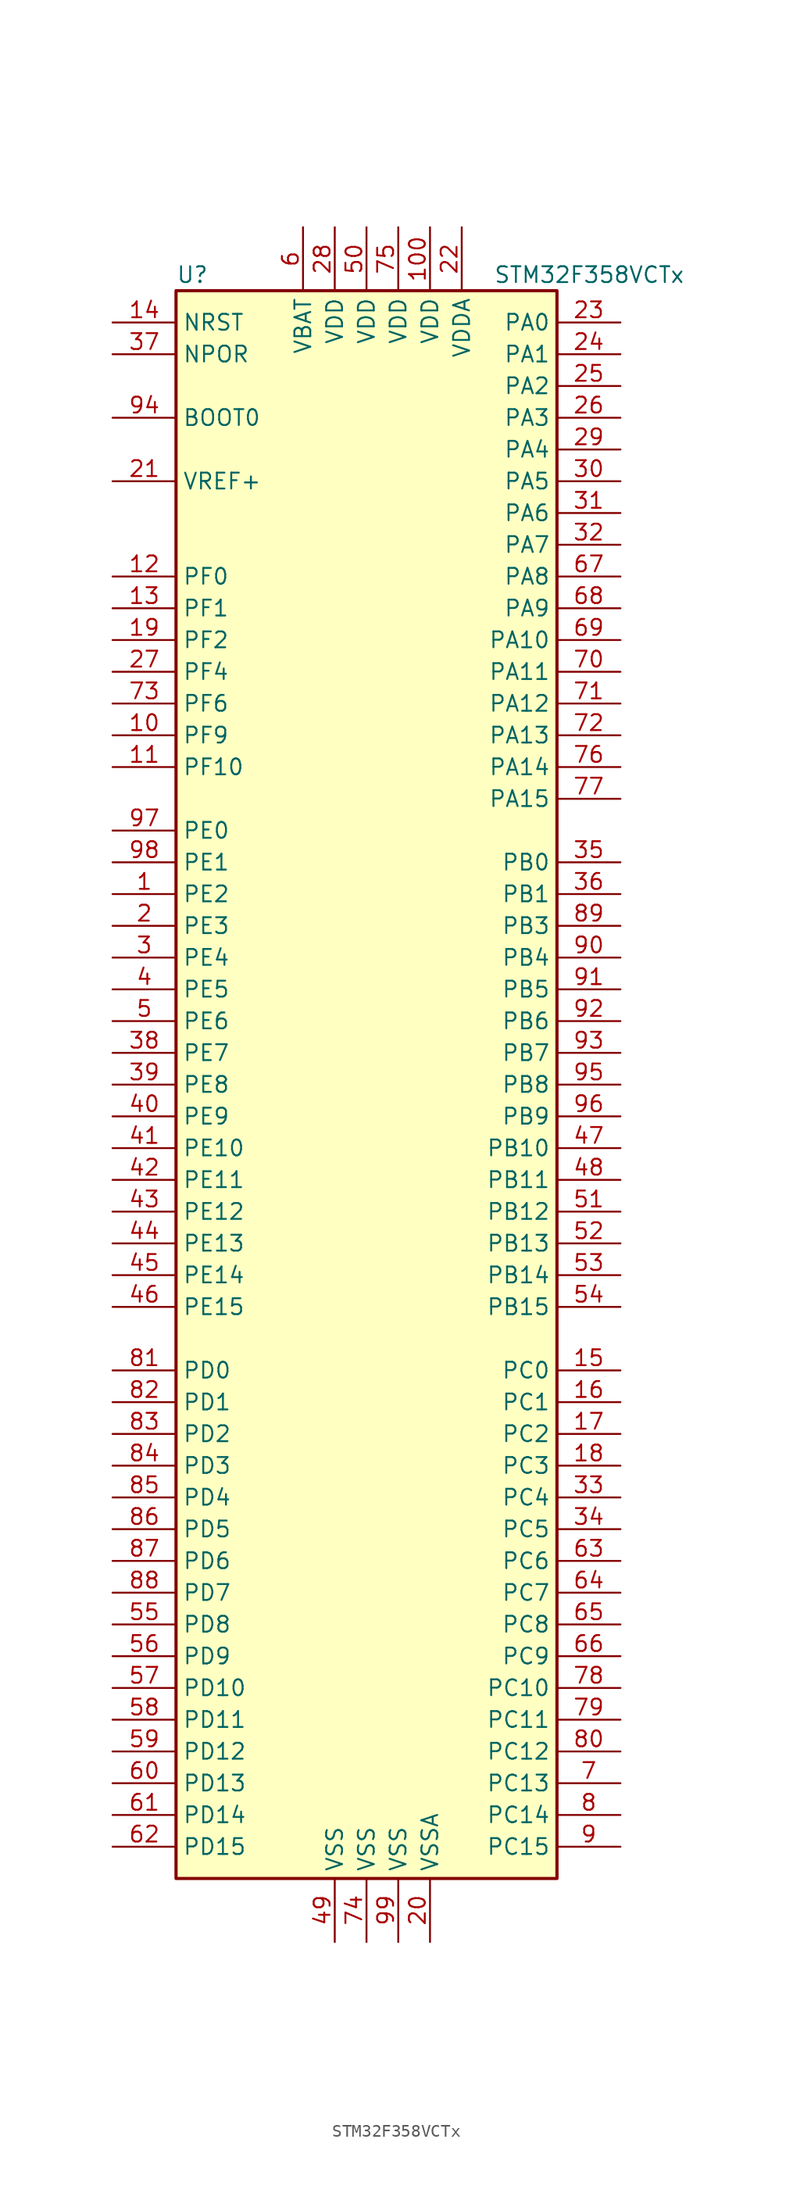
<source format=kicad_sym>
(kicad_symbol_lib
  (version 20201005)
  (generator kicad_symbol_editor)
  (symbol "MCU_ST_STM32F3:STM32F358VCTx"
    (property "Reference" "U"
      (at -15.24 64.77 0)
      (effects (font (size 1.27 1.27)) (justify left)))
    (property "Value" "STM32F358VCTx"
      (at 10.16 64.77 0)
      (effects (font (size 1.27 1.27)) (justify left)))
    (symbol "STM32F358VCTx_0_1"
      (rectangle (start -15.24 -63.5) (end 15.24 63.5) (stroke (width 0.254)) (fill (type background))))
    (symbol "STM32F358VCTx_1_1"
      (pin input line (at -20.32 53.34 0) (length 5.08) (name "BOOT0" (effects (font (size 1.27 1.27)))) (number "94" (effects (font (size 1.27 1.27)))))
      (pin input line (at -20.32 58.42 0) (length 5.08) (name "NPOR" (effects (font (size 1.27 1.27)))) (number "37" (effects (font (size 1.27 1.27)))))
      (pin input line (at -20.32 60.96 0) (length 5.08) (name "NRST" (effects (font (size 1.27 1.27)))) (number "14" (effects (font (size 1.27 1.27)))))
      (pin bidirectional line (at 20.32 60.96 180) (length 5.08) (name "PA0" (effects (font (size 1.27 1.27)))) (number "23" (effects (font (size 1.27 1.27)))))
      (pin bidirectional line (at 20.32 58.42 180) (length 5.08) (name "PA1" (effects (font (size 1.27 1.27)))) (number "24" (effects (font (size 1.27 1.27)))))
      (pin bidirectional line (at 20.32 35.56 180) (length 5.08) (name "PA10" (effects (font (size 1.27 1.27)))) (number "69" (effects (font (size 1.27 1.27)))))
      (pin bidirectional line (at 20.32 33.02 180) (length 5.08) (name "PA11" (effects (font (size 1.27 1.27)))) (number "70" (effects (font (size 1.27 1.27)))))
      (pin bidirectional line (at 20.32 30.48 180) (length 5.08) (name "PA12" (effects (font (size 1.27 1.27)))) (number "71" (effects (font (size 1.27 1.27)))))
      (pin bidirectional line (at 20.32 27.94 180) (length 5.08) (name "PA13" (effects (font (size 1.27 1.27)))) (number "72" (effects (font (size 1.27 1.27)))))
      (pin bidirectional line (at 20.32 25.4 180) (length 5.08) (name "PA14" (effects (font (size 1.27 1.27)))) (number "76" (effects (font (size 1.27 1.27)))))
      (pin bidirectional line (at 20.32 22.86 180) (length 5.08) (name "PA15" (effects (font (size 1.27 1.27)))) (number "77" (effects (font (size 1.27 1.27)))))
      (pin bidirectional line (at 20.32 55.88 180) (length 5.08) (name "PA2" (effects (font (size 1.27 1.27)))) (number "25" (effects (font (size 1.27 1.27)))))
      (pin bidirectional line (at 20.32 53.34 180) (length 5.08) (name "PA3" (effects (font (size 1.27 1.27)))) (number "26" (effects (font (size 1.27 1.27)))))
      (pin bidirectional line (at 20.32 50.8 180) (length 5.08) (name "PA4" (effects (font (size 1.27 1.27)))) (number "29" (effects (font (size 1.27 1.27)))))
      (pin bidirectional line (at 20.32 48.26 180) (length 5.08) (name "PA5" (effects (font (size 1.27 1.27)))) (number "30" (effects (font (size 1.27 1.27)))))
      (pin bidirectional line (at 20.32 45.72 180) (length 5.08) (name "PA6" (effects (font (size 1.27 1.27)))) (number "31" (effects (font (size 1.27 1.27)))))
      (pin bidirectional line (at 20.32 43.18 180) (length 5.08) (name "PA7" (effects (font (size 1.27 1.27)))) (number "32" (effects (font (size 1.27 1.27)))))
      (pin bidirectional line (at 20.32 40.64 180) (length 5.08) (name "PA8" (effects (font (size 1.27 1.27)))) (number "67" (effects (font (size 1.27 1.27)))))
      (pin bidirectional line (at 20.32 38.1 180) (length 5.08) (name "PA9" (effects (font (size 1.27 1.27)))) (number "68" (effects (font (size 1.27 1.27)))))
      (pin bidirectional line (at 20.32 17.78 180) (length 5.08) (name "PB0" (effects (font (size 1.27 1.27)))) (number "35" (effects (font (size 1.27 1.27)))))
      (pin bidirectional line (at 20.32 15.24 180) (length 5.08) (name "PB1" (effects (font (size 1.27 1.27)))) (number "36" (effects (font (size 1.27 1.27)))))
      (pin bidirectional line (at 20.32 -5.08 180) (length 5.08) (name "PB10" (effects (font (size 1.27 1.27)))) (number "47" (effects (font (size 1.27 1.27)))))
      (pin bidirectional line (at 20.32 -7.62 180) (length 5.08) (name "PB11" (effects (font (size 1.27 1.27)))) (number "48" (effects (font (size 1.27 1.27)))))
      (pin bidirectional line (at 20.32 -10.16 180) (length 5.08) (name "PB12" (effects (font (size 1.27 1.27)))) (number "51" (effects (font (size 1.27 1.27)))))
      (pin bidirectional line (at 20.32 -12.7 180) (length 5.08) (name "PB13" (effects (font (size 1.27 1.27)))) (number "52" (effects (font (size 1.27 1.27)))))
      (pin bidirectional line (at 20.32 -15.24 180) (length 5.08) (name "PB14" (effects (font (size 1.27 1.27)))) (number "53" (effects (font (size 1.27 1.27)))))
      (pin bidirectional line (at 20.32 -17.78 180) (length 5.08) (name "PB15" (effects (font (size 1.27 1.27)))) (number "54" (effects (font (size 1.27 1.27)))))
      (pin bidirectional line (at 20.32 12.7 180) (length 5.08) (name "PB3" (effects (font (size 1.27 1.27)))) (number "89" (effects (font (size 1.27 1.27)))))
      (pin bidirectional line (at 20.32 10.16 180) (length 5.08) (name "PB4" (effects (font (size 1.27 1.27)))) (number "90" (effects (font (size 1.27 1.27)))))
      (pin bidirectional line (at 20.32 7.62 180) (length 5.08) (name "PB5" (effects (font (size 1.27 1.27)))) (number "91" (effects (font (size 1.27 1.27)))))
      (pin bidirectional line (at 20.32 5.08 180) (length 5.08) (name "PB6" (effects (font (size 1.27 1.27)))) (number "92" (effects (font (size 1.27 1.27)))))
      (pin bidirectional line (at 20.32 2.54 180) (length 5.08) (name "PB7" (effects (font (size 1.27 1.27)))) (number "93" (effects (font (size 1.27 1.27)))))
      (pin bidirectional line (at 20.32 0 180) (length 5.08) (name "PB8" (effects (font (size 1.27 1.27)))) (number "95" (effects (font (size 1.27 1.27)))))
      (pin bidirectional line (at 20.32 -2.54 180) (length 5.08) (name "PB9" (effects (font (size 1.27 1.27)))) (number "96" (effects (font (size 1.27 1.27)))))
      (pin bidirectional line (at 20.32 -22.86 180) (length 5.08) (name "PC0" (effects (font (size 1.27 1.27)))) (number "15" (effects (font (size 1.27 1.27)))))
      (pin bidirectional line (at 20.32 -25.4 180) (length 5.08) (name "PC1" (effects (font (size 1.27 1.27)))) (number "16" (effects (font (size 1.27 1.27)))))
      (pin bidirectional line (at 20.32 -48.26 180) (length 5.08) (name "PC10" (effects (font (size 1.27 1.27)))) (number "78" (effects (font (size 1.27 1.27)))))
      (pin bidirectional line (at 20.32 -50.8 180) (length 5.08) (name "PC11" (effects (font (size 1.27 1.27)))) (number "79" (effects (font (size 1.27 1.27)))))
      (pin bidirectional line (at 20.32 -53.34 180) (length 5.08) (name "PC12" (effects (font (size 1.27 1.27)))) (number "80" (effects (font (size 1.27 1.27)))))
      (pin bidirectional line (at 20.32 -55.88 180) (length 5.08) (name "PC13" (effects (font (size 1.27 1.27)))) (number "7" (effects (font (size 1.27 1.27)))))
      (pin bidirectional line (at 20.32 -58.42 180) (length 5.08) (name "PC14" (effects (font (size 1.27 1.27)))) (number "8" (effects (font (size 1.27 1.27)))))
      (pin bidirectional line (at 20.32 -60.96 180) (length 5.08) (name "PC15" (effects (font (size 1.27 1.27)))) (number "9" (effects (font (size 1.27 1.27)))))
      (pin bidirectional line (at 20.32 -27.94 180) (length 5.08) (name "PC2" (effects (font (size 1.27 1.27)))) (number "17" (effects (font (size 1.27 1.27)))))
      (pin bidirectional line (at 20.32 -30.48 180) (length 5.08) (name "PC3" (effects (font (size 1.27 1.27)))) (number "18" (effects (font (size 1.27 1.27)))))
      (pin bidirectional line (at 20.32 -33.02 180) (length 5.08) (name "PC4" (effects (font (size 1.27 1.27)))) (number "33" (effects (font (size 1.27 1.27)))))
      (pin bidirectional line (at 20.32 -35.56 180) (length 5.08) (name "PC5" (effects (font (size 1.27 1.27)))) (number "34" (effects (font (size 1.27 1.27)))))
      (pin bidirectional line (at 20.32 -38.1 180) (length 5.08) (name "PC6" (effects (font (size 1.27 1.27)))) (number "63" (effects (font (size 1.27 1.27)))))
      (pin bidirectional line (at 20.32 -40.64 180) (length 5.08) (name "PC7" (effects (font (size 1.27 1.27)))) (number "64" (effects (font (size 1.27 1.27)))))
      (pin bidirectional line (at 20.32 -43.18 180) (length 5.08) (name "PC8" (effects (font (size 1.27 1.27)))) (number "65" (effects (font (size 1.27 1.27)))))
      (pin bidirectional line (at 20.32 -45.72 180) (length 5.08) (name "PC9" (effects (font (size 1.27 1.27)))) (number "66" (effects (font (size 1.27 1.27)))))
      (pin bidirectional line (at -20.32 -22.86 0) (length 5.08) (name "PD0" (effects (font (size 1.27 1.27)))) (number "81" (effects (font (size 1.27 1.27)))))
      (pin bidirectional line (at -20.32 -25.4 0) (length 5.08) (name "PD1" (effects (font (size 1.27 1.27)))) (number "82" (effects (font (size 1.27 1.27)))))
      (pin bidirectional line (at -20.32 -48.26 0) (length 5.08) (name "PD10" (effects (font (size 1.27 1.27)))) (number "57" (effects (font (size 1.27 1.27)))))
      (pin bidirectional line (at -20.32 -50.8 0) (length 5.08) (name "PD11" (effects (font (size 1.27 1.27)))) (number "58" (effects (font (size 1.27 1.27)))))
      (pin bidirectional line (at -20.32 -53.34 0) (length 5.08) (name "PD12" (effects (font (size 1.27 1.27)))) (number "59" (effects (font (size 1.27 1.27)))))
      (pin bidirectional line (at -20.32 -55.88 0) (length 5.08) (name "PD13" (effects (font (size 1.27 1.27)))) (number "60" (effects (font (size 1.27 1.27)))))
      (pin bidirectional line (at -20.32 -58.42 0) (length 5.08) (name "PD14" (effects (font (size 1.27 1.27)))) (number "61" (effects (font (size 1.27 1.27)))))
      (pin bidirectional line (at -20.32 -60.96 0) (length 5.08) (name "PD15" (effects (font (size 1.27 1.27)))) (number "62" (effects (font (size 1.27 1.27)))))
      (pin bidirectional line (at -20.32 -27.94 0) (length 5.08) (name "PD2" (effects (font (size 1.27 1.27)))) (number "83" (effects (font (size 1.27 1.27)))))
      (pin bidirectional line (at -20.32 -30.48 0) (length 5.08) (name "PD3" (effects (font (size 1.27 1.27)))) (number "84" (effects (font (size 1.27 1.27)))))
      (pin bidirectional line (at -20.32 -33.02 0) (length 5.08) (name "PD4" (effects (font (size 1.27 1.27)))) (number "85" (effects (font (size 1.27 1.27)))))
      (pin bidirectional line (at -20.32 -35.56 0) (length 5.08) (name "PD5" (effects (font (size 1.27 1.27)))) (number "86" (effects (font (size 1.27 1.27)))))
      (pin bidirectional line (at -20.32 -38.1 0) (length 5.08) (name "PD6" (effects (font (size 1.27 1.27)))) (number "87" (effects (font (size 1.27 1.27)))))
      (pin bidirectional line (at -20.32 -40.64 0) (length 5.08) (name "PD7" (effects (font (size 1.27 1.27)))) (number "88" (effects (font (size 1.27 1.27)))))
      (pin bidirectional line (at -20.32 -43.18 0) (length 5.08) (name "PD8" (effects (font (size 1.27 1.27)))) (number "55" (effects (font (size 1.27 1.27)))))
      (pin bidirectional line (at -20.32 -45.72 0) (length 5.08) (name "PD9" (effects (font (size 1.27 1.27)))) (number "56" (effects (font (size 1.27 1.27)))))
      (pin bidirectional line (at -20.32 20.32 0) (length 5.08) (name "PE0" (effects (font (size 1.27 1.27)))) (number "97" (effects (font (size 1.27 1.27)))))
      (pin bidirectional line (at -20.32 17.78 0) (length 5.08) (name "PE1" (effects (font (size 1.27 1.27)))) (number "98" (effects (font (size 1.27 1.27)))))
      (pin bidirectional line (at -20.32 -5.08 0) (length 5.08) (name "PE10" (effects (font (size 1.27 1.27)))) (number "41" (effects (font (size 1.27 1.27)))))
      (pin bidirectional line (at -20.32 -7.62 0) (length 5.08) (name "PE11" (effects (font (size 1.27 1.27)))) (number "42" (effects (font (size 1.27 1.27)))))
      (pin bidirectional line (at -20.32 -10.16 0) (length 5.08) (name "PE12" (effects (font (size 1.27 1.27)))) (number "43" (effects (font (size 1.27 1.27)))))
      (pin bidirectional line (at -20.32 -12.7 0) (length 5.08) (name "PE13" (effects (font (size 1.27 1.27)))) (number "44" (effects (font (size 1.27 1.27)))))
      (pin bidirectional line (at -20.32 -15.24 0) (length 5.08) (name "PE14" (effects (font (size 1.27 1.27)))) (number "45" (effects (font (size 1.27 1.27)))))
      (pin bidirectional line (at -20.32 -17.78 0) (length 5.08) (name "PE15" (effects (font (size 1.27 1.27)))) (number "46" (effects (font (size 1.27 1.27)))))
      (pin bidirectional line (at -20.32 15.24 0) (length 5.08) (name "PE2" (effects (font (size 1.27 1.27)))) (number "1" (effects (font (size 1.27 1.27)))))
      (pin bidirectional line (at -20.32 12.7 0) (length 5.08) (name "PE3" (effects (font (size 1.27 1.27)))) (number "2" (effects (font (size 1.27 1.27)))))
      (pin bidirectional line (at -20.32 10.16 0) (length 5.08) (name "PE4" (effects (font (size 1.27 1.27)))) (number "3" (effects (font (size 1.27 1.27)))))
      (pin bidirectional line (at -20.32 7.62 0) (length 5.08) (name "PE5" (effects (font (size 1.27 1.27)))) (number "4" (effects (font (size 1.27 1.27)))))
      (pin bidirectional line (at -20.32 5.08 0) (length 5.08) (name "PE6" (effects (font (size 1.27 1.27)))) (number "5" (effects (font (size 1.27 1.27)))))
      (pin bidirectional line (at -20.32 2.54 0) (length 5.08) (name "PE7" (effects (font (size 1.27 1.27)))) (number "38" (effects (font (size 1.27 1.27)))))
      (pin bidirectional line (at -20.32 0 0) (length 5.08) (name "PE8" (effects (font (size 1.27 1.27)))) (number "39" (effects (font (size 1.27 1.27)))))
      (pin bidirectional line (at -20.32 -2.54 0) (length 5.08) (name "PE9" (effects (font (size 1.27 1.27)))) (number "40" (effects (font (size 1.27 1.27)))))
      (pin input line (at -20.32 40.64 0) (length 5.08) (name "PF0" (effects (font (size 1.27 1.27)))) (number "12" (effects (font (size 1.27 1.27)))))
      (pin input line (at -20.32 38.1 0) (length 5.08) (name "PF1" (effects (font (size 1.27 1.27)))) (number "13" (effects (font (size 1.27 1.27)))))
      (pin bidirectional line (at -20.32 25.4 0) (length 5.08) (name "PF10" (effects (font (size 1.27 1.27)))) (number "11" (effects (font (size 1.27 1.27)))))
      (pin bidirectional line (at -20.32 35.56 0) (length 5.08) (name "PF2" (effects (font (size 1.27 1.27)))) (number "19" (effects (font (size 1.27 1.27)))))
      (pin bidirectional line (at -20.32 33.02 0) (length 5.08) (name "PF4" (effects (font (size 1.27 1.27)))) (number "27" (effects (font (size 1.27 1.27)))))
      (pin bidirectional line (at -20.32 30.48 0) (length 5.08) (name "PF6" (effects (font (size 1.27 1.27)))) (number "73" (effects (font (size 1.27 1.27)))))
      (pin bidirectional line (at -20.32 27.94 0) (length 5.08) (name "PF9" (effects (font (size 1.27 1.27)))) (number "10" (effects (font (size 1.27 1.27)))))
      (pin power_in line (at -5.08 68.58 270) (length 5.08) (name "VBAT" (effects (font (size 1.27 1.27)))) (number "6" (effects (font (size 1.27 1.27)))))
      (pin power_in line (at 5.08 68.58 270) (length 5.08) (name "VDD" (effects (font (size 1.27 1.27)))) (number "100" (effects (font (size 1.27 1.27)))))
      (pin power_in line (at -2.54 68.58 270) (length 5.08) (name "VDD" (effects (font (size 1.27 1.27)))) (number "28" (effects (font (size 1.27 1.27)))))
      (pin power_in line (at 0 68.58 270) (length 5.08) (name "VDD" (effects (font (size 1.27 1.27)))) (number "50" (effects (font (size 1.27 1.27)))))
      (pin power_in line (at 2.54 68.58 270) (length 5.08) (name "VDD" (effects (font (size 1.27 1.27)))) (number "75" (effects (font (size 1.27 1.27)))))
      (pin power_in line (at 7.62 68.58 270) (length 5.08) (name "VDDA" (effects (font (size 1.27 1.27)))) (number "22" (effects (font (size 1.27 1.27)))))
      (pin power_in line (at -20.32 48.26 0) (length 5.08) (name "VREF+" (effects (font (size 1.27 1.27)))) (number "21" (effects (font (size 1.27 1.27)))))
      (pin power_in line (at -2.54 -68.58 90) (length 5.08) (name "VSS" (effects (font (size 1.27 1.27)))) (number "49" (effects (font (size 1.27 1.27)))))
      (pin power_in line (at 0 -68.58 90) (length 5.08) (name "VSS" (effects (font (size 1.27 1.27)))) (number "74" (effects (font (size 1.27 1.27)))))
      (pin power_in line (at 2.54 -68.58 90) (length 5.08) (name "VSS" (effects (font (size 1.27 1.27)))) (number "99" (effects (font (size 1.27 1.27)))))
      (pin power_in line (at 5.08 -68.58 90) (length 5.08) (name "VSSA" (effects (font (size 1.27 1.27)))) (number "20" (effects (font (size 1.27 1.27))))))))
</source>
